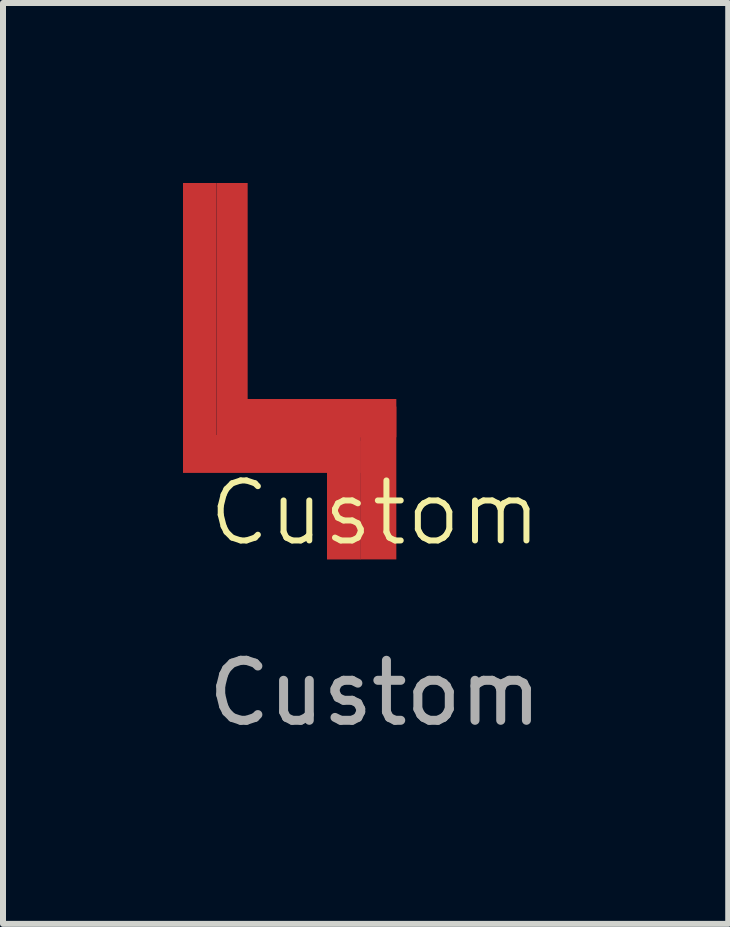
<source format=kicad_pcb>
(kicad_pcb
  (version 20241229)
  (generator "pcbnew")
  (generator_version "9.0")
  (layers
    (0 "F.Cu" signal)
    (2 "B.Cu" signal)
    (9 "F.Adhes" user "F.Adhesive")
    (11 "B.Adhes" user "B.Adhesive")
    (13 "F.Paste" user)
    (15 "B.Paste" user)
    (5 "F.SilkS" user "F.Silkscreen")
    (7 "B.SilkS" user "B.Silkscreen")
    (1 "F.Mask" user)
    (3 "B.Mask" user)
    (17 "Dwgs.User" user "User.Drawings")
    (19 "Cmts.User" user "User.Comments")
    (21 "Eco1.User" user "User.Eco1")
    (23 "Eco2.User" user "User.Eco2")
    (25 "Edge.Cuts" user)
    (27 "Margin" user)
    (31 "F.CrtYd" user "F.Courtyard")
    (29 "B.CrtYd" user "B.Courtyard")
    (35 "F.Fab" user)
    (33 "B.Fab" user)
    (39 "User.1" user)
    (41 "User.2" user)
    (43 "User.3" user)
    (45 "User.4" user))
  (footprint "Custom"
    (layer "F.Cu")
    (at 3.2 6)
    (property "Reference" "Custom" (at 0 -0.5 0) (unlocked yes) (layer "F.SilkS") (effects (font (size 1 1) (thickness 0.1))))
    (attr smd)
    (fp_text user "${REFERENCE}" (at 0 2.5 0) (unlocked yes) (layer "F.Fab") (effects (font (size 1 1) (thickness 0.15))))
    (pad "1" smd rect (at -2.382 -3.85 180) (size 0.519 4.3) (layers "F.Cu"))
    (pad "1" smd rect (at -1.022 -2.081 90) (size 0.638 2.755) (layers "F.Cu"))
    (pad "1" smd rect (at 0.056 -1) (size 0.599 2.547) (layers "F.Cu"))
    (pad "2" smd rect (at -2.921 -3.65 180) (size 0.558 4.7) (layers "F.Cu"))
    (pad "2" smd rect (at -1.719 -1.484 90) (size 0.631 2.962) (layers "F.Cu"))
    (pad "2" smd rect (at -0.519 -0.713) (size 0.562 1.975) (layers "F.Cu")))
  (gr_rect
    (start -3 -3)
    (end 9.087 12.348)
    (stroke (width 0.1) (type default))
    (fill no)
    (layer "Edge.Cuts")))
</source>
